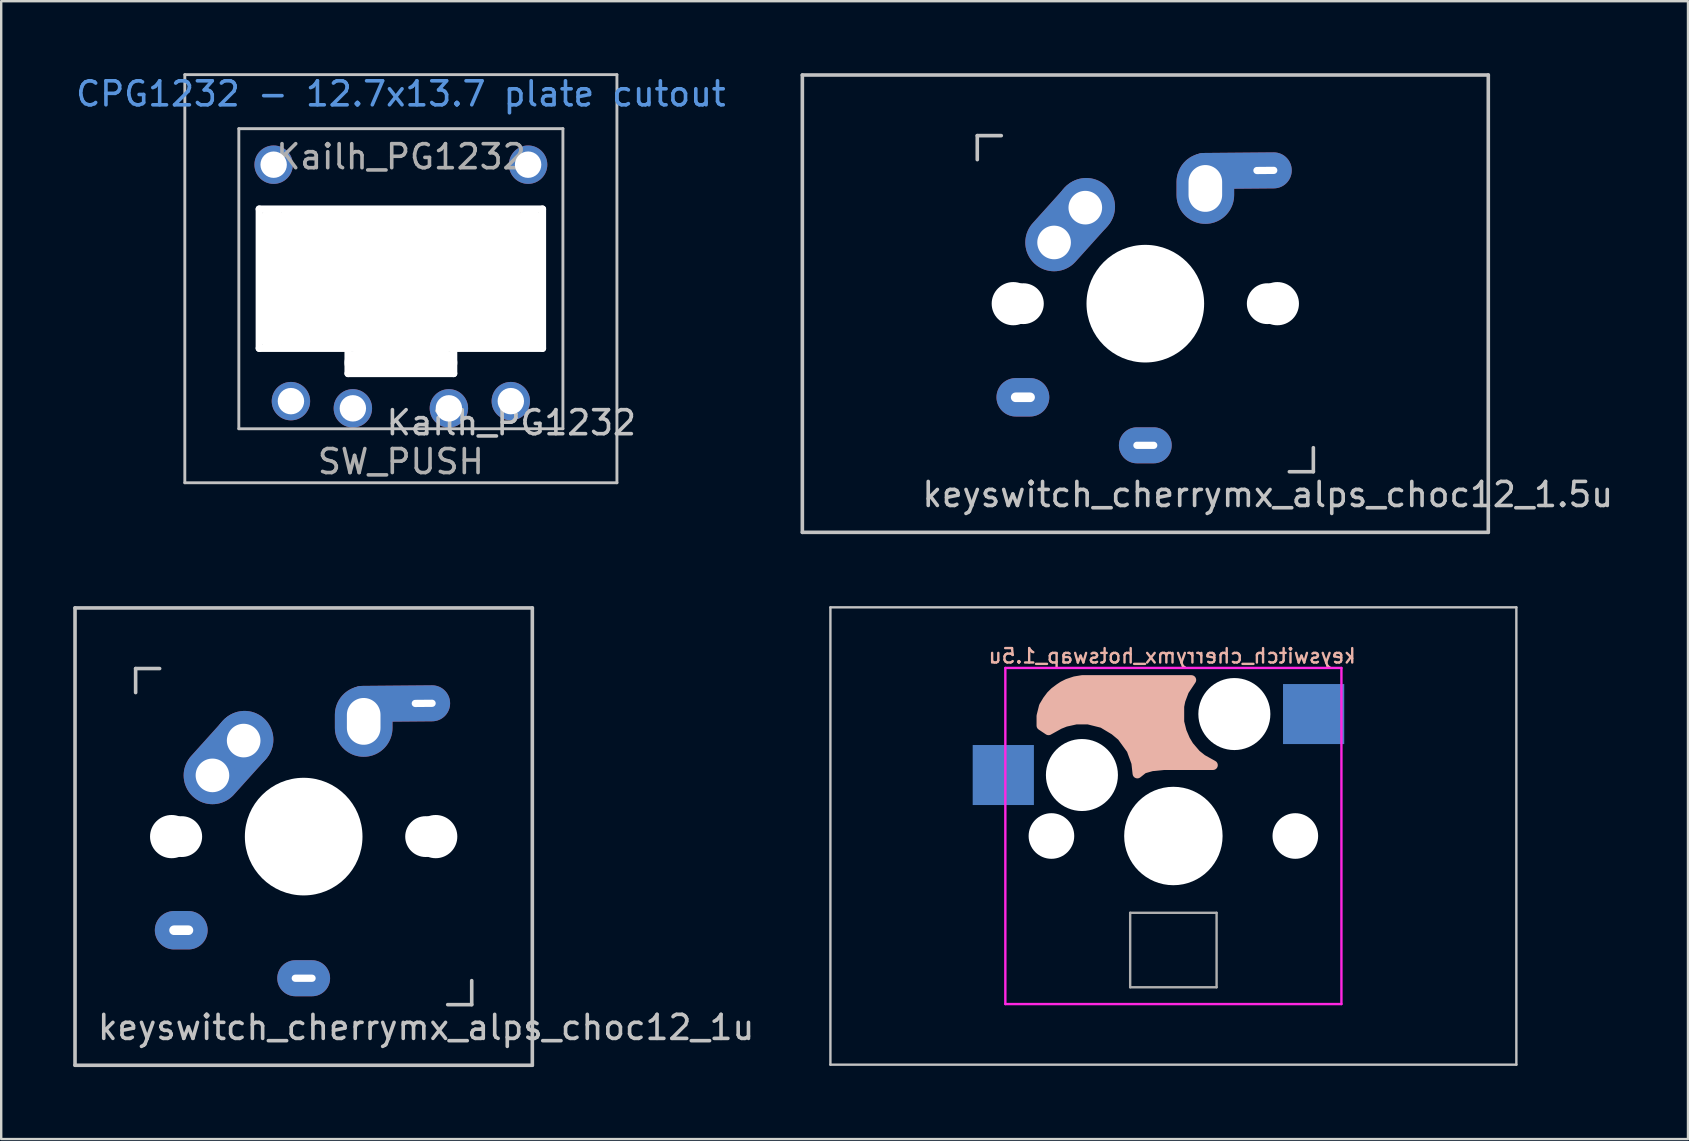
<source format=kicad_pcb>
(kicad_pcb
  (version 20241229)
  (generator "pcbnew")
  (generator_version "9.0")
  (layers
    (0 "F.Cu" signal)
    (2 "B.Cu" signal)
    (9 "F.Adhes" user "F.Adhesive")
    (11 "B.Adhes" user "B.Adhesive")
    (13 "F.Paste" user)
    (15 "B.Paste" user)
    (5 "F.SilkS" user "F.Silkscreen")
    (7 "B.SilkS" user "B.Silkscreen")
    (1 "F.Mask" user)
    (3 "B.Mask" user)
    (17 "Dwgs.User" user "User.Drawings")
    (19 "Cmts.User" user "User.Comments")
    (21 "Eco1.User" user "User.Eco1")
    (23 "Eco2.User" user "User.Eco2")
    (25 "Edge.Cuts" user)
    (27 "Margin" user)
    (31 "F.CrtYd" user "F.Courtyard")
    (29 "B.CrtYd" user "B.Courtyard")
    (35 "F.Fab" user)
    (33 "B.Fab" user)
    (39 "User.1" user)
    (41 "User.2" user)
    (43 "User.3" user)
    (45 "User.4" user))
  (footprint "keyswitch_cherrymx_alps_choc12_1.5u"
    (layer "F.Cu")
    (at 44.66 9.6)
    (property "Reference" "keyswitch_cherrymx_alps_choc12_1.5u" (at 5.1 7.95 180) (layer "Dwgs.User") (effects (font (size 1 1) (thickness 0.15))))
    (attr through_hole)
    (fp_line (start -14.287 -9.525) (end 14.287 -9.525) (stroke (width 0.15) (type solid)) (layer "Dwgs.User"))
    (fp_line (start -14.287 9.525) (end -14.287 -9.525) (stroke (width 0.15) (type solid)) (layer "Dwgs.User"))
    (fp_line (start -7 -7) (end -6 -7) (stroke (width 0.15) (type solid)) (layer "Dwgs.User"))
    (fp_line (start -7 -6) (end -7 -7) (stroke (width 0.15) (type solid)) (layer "Dwgs.User"))
    (fp_line (start 6 7) (end 7 7) (stroke (width 0.15) (type solid)) (layer "Dwgs.User"))
    (fp_line (start 7 7) (end 7 6) (stroke (width 0.15) (type solid)) (layer "Dwgs.User"))
    (fp_line (start 14.287 -9.525) (end 14.287 9.525) (stroke (width 0.15) (type solid)) (layer "Dwgs.User"))
    (fp_line (start 14.287 9.525) (end -14.287 9.525) (stroke (width 0.15) (type solid)) (layer "Dwgs.User"))
    (pad "" np_thru_hole circle (at -5.5 0 90) (size 1.8 1.8) (drill 1.8) (layers "*.Cu" "*.Mask"))
    (pad "" np_thru_hole circle (at -5.08 0) (size 1.7 1.7) (drill 1.7) (layers "*.Cu" "*.Mask"))
    (pad "" np_thru_hole circle (at 0 0 90) (size 4.9 4.9) (drill 4.9) (layers "*.Cu" "*.Mask"))
    (pad "" np_thru_hole circle (at 5.08 0) (size 1.7 1.7) (drill 1.7) (layers "*.Cu" "*.Mask"))
    (pad "" np_thru_hole circle (at 5.5 0 90) (size 1.8 1.8) (drill 1.8) (layers "*.Cu" "*.Mask"))
    (pad "1" thru_hole oval (at -5.1 3.9) (size 2.2 1.6) (drill oval 1 0.4) (layers "*.Cu" "B.Mask"))
    (pad "1" thru_hole oval (at -3.8 -2.55 318) (size 2.4 4.4) (drill 1.4 (offset 0 -1)) (layers "*.Cu" "B.Mask"))
    (pad "1" thru_hole circle (at -2.5 -4) (size 2.4 2.4) (drill 1.4) (layers "*.Cu" "B.Mask"))
    (pad "2" thru_hole oval (at 0 5.9) (size 2.2 1.5) (drill oval 1 0.3) (layers "*.Cu" "B.Mask"))
    (pad "2" thru_hole oval (at 2.5 -4.8) (size 2.4 2.95) (drill oval 1.4 1.95) (layers "*.Cu" "B.Mask"))
    (pad "2" thru_hole oval (at 5 -5.55 0.5) (size 4.4 1.5) (drill oval 1 0.3 (offset -1.1 0)) (layers "*.Cu" "B.Mask")))
  (footprint "Kailh_PG1232"
    (layer "F.Cu")
    (at 13.649 8.56)
    (property "Reference" "Kailh_PG1232" (at 4.6 6 0) (layer "Dwgs.User") (effects (font (size 1 1) (thickness 0.15))))
    (property "Value" "SW_PUSH" (at -0.5 6 0) (layer "Dwgs.User") (hide yes) (effects (font (size 1 1) (thickness 0.15))))
    (attr through_hole)
    (fp_line (start -9 -8.5) (end -9 8.5) (stroke (width 0.12) (type solid)) (layer "Dwgs.User"))
    (fp_line (start -9 8.5) (end 9 8.5) (stroke (width 0.12) (type solid)) (layer "Dwgs.User"))
    (fp_line (start -6.75 -6.25) (end 6.75 -6.25) (stroke (width 0.12) (type solid)) (layer "Dwgs.User"))
    (fp_line (start -6.75 6.25) (end -6.75 -6.25) (stroke (width 0.12) (type solid)) (layer "Dwgs.User"))
    (fp_line (start -5.95 -2.95) (end 5.95 -2.95) (stroke (width 0.12) (type solid)) (layer "Dwgs.User"))
    (fp_line (start -5.95 2.95) (end -5.95 -2.95) (stroke (width 0.12) (type solid)) (layer "Dwgs.User"))
    (fp_line (start -2.25 2.95) (end -5.95 2.95) (stroke (width 0.12) (type solid)) (layer "Dwgs.User"))
    (fp_line (start -2.25 2.95) (end -2.25 4) (stroke (width 0.12) (type solid)) (layer "Dwgs.User"))
    (fp_line (start -2.25 4) (end 2.25 4) (stroke (width 0.12) (type solid)) (layer "Dwgs.User"))
    (fp_line (start 2.25 2.95) (end 5.95 2.95) (stroke (width 0.12) (type solid)) (layer "Dwgs.User"))
    (fp_line (start 2.25 4) (end 2.25 2.95) (stroke (width 0.12) (type solid)) (layer "Dwgs.User"))
    (fp_line (start 5.95 -2.95) (end 5.95 2.95) (stroke (width 0.12) (type solid)) (layer "Dwgs.User"))
    (fp_line (start 6.75 -6.25) (end 6.75 6.25) (stroke (width 0.12) (type solid)) (layer "Dwgs.User"))
    (fp_line (start 6.75 6.25) (end -6.75 6.25) (stroke (width 0.12) (type solid)) (layer "Dwgs.User"))
    (fp_line (start 9 -8.5) (end -9 -8.5) (stroke (width 0.12) (type solid)) (layer "Dwgs.User"))
    (fp_line (start 9 8.5) (end 9 -8.5) (stroke (width 0.12) (type solid)) (layer "Dwgs.User"))
    (fp_text user "CPG1232 - 12.7x13.7 plate cutout" (at 0 -7.7 0) (layer "Cmts.User") (effects (font (size 1 1) (thickness 0.15))))
    (fp_text user "${VALUE}" (at 0 7.62 0) (layer "F.Fab") (effects (font (size 1 1) (thickness 0.15))))
    (fp_text user "${REFERENCE}" (at 0 -5.08 0) (layer "F.Fab") (effects (font (size 1 1) (thickness 0.15))))
    (fp_text user "${REFERENCE}" (at 0 0 0) (layer "F.Fab") (effects (font (size 1 1) (thickness 0.15))))
    (pad "" np_thru_hole oval (at -5.9 0 90) (size 6.1 0.3) (drill oval 6.1 0.3) (layers "*.Cu" "*.Mask"))
    (pad "" np_thru_hole oval (at -5.36 0) (size 1 5.9) (drill oval 1 5.9) (layers "*.Cu" "*.Mask"))
    (pad "" np_thru_hole oval (at -4.59 0) (size 1 5.9) (drill oval 1 5.9) (layers "*.Cu" "*.Mask"))
    (pad "" np_thru_hole oval (at -4.2 0) (size 1 5.9) (drill oval 1 5.9) (layers "*.Cu" "*.Mask"))
    (pad "" np_thru_hole oval (at -2.2 3.5 90) (size 1.2 0.3) (drill oval 1.2 0.3) (layers "*.Cu" "*.Mask"))
    (pad "" np_thru_hole oval (at 0 -2.9) (size 12.1 0.3) (drill oval 12.1 0.3) (layers "*.Cu" "*.Mask"))
    (pad "" np_thru_hole oval (at 0 0) (size 11.85 5.9) (drill oval 11.85 5.9) (layers "*.Cu" "*.Mask"))
    (pad "" np_thru_hole oval (at 0 2.9) (size 12.1 0.3) (drill oval 12.1 0.3) (layers "*.Cu" "*.Mask"))
    (pad "" np_thru_hole oval (at 0 3.5) (size 4.7 1) (drill oval 4.7 1) (layers "*.Cu" "*.Mask"))
    (pad "" np_thru_hole oval (at 0 3.95) (size 4.7 0.3) (drill oval 4.7 0.3) (layers "*.Cu" "*.Mask"))
    (pad "" np_thru_hole oval (at 2.2 3.5 90) (size 1.2 0.3) (drill oval 1.2 0.3) (layers "*.Cu" "*.Mask"))
    (pad "" np_thru_hole oval (at 4.2 0) (size 1 5.9) (drill oval 1 5.9) (layers "*.Cu" "*.Mask"))
    (pad "" np_thru_hole oval (at 4.59 0) (size 1 5.9) (drill oval 1 5.9) (layers "*.Cu" "*.Mask"))
    (pad "" np_thru_hole oval (at 5.36 0) (size 1 5.9) (drill oval 1 5.9) (layers "*.Cu" "*.Mask"))
    (pad "" np_thru_hole oval (at 5.9 0 90) (size 6.1 0.3) (drill oval 6.1 0.3) (layers "*.Cu" "*.Mask"))
    (pad "1" thru_hole circle (at -4.58 5.1) (size 1.6 1.6) (drill 1.1) (layers "*.Cu" "*.Mask"))
    (pad "1" thru_hole circle (at 4.58 5.1) (size 1.6 1.6) (drill 1.1) (layers "*.Cu" "*.Mask"))
    (pad "2" thru_hole circle (at -2 5.4) (size 1.6 1.6) (drill 1.1) (layers "*.Cu" "*.Mask"))
    (pad "2" thru_hole circle (at 2 5.4) (size 1.6 1.6) (drill 1.1) (layers "*.Cu" "*.Mask"))
    (pad "3" thru_hole circle (at 5.3 -4.75) (size 1.6 1.6) (drill 1.1) (layers "*.Cu" "*.Mask"))
    (pad "4" thru_hole circle (at -5.3 -4.75) (size 1.6 1.6) (drill 1.1) (layers "*.Cu" "*.Mask")))
  (footprint "keyswitch_cherrymx_alps_choc12_1u"
    (layer "F.Cu")
    (at 9.6 31.8)
    (property "Reference" "keyswitch_cherrymx_alps_choc12_1u" (at 5.1 7.95 180) (layer "Dwgs.User") (effects (font (size 1 1) (thickness 0.15))))
    (attr through_hole)
    (fp_line (start -9.525 -9.525) (end 9.525 -9.525) (stroke (width 0.15) (type solid)) (layer "Dwgs.User"))
    (fp_line (start -9.525 9.525) (end -9.525 -9.525) (stroke (width 0.15) (type solid)) (layer "Dwgs.User"))
    (fp_line (start -7 -7) (end -6 -7) (stroke (width 0.15) (type solid)) (layer "Dwgs.User"))
    (fp_line (start -7 -6) (end -7 -7) (stroke (width 0.15) (type solid)) (layer "Dwgs.User"))
    (fp_line (start 6 7) (end 7 7) (stroke (width 0.15) (type solid)) (layer "Dwgs.User"))
    (fp_line (start 7 7) (end 7 6) (stroke (width 0.15) (type solid)) (layer "Dwgs.User"))
    (fp_line (start 9.525 -9.525) (end 9.525 9.525) (stroke (width 0.15) (type solid)) (layer "Dwgs.User"))
    (fp_line (start 9.525 9.525) (end -9.525 9.525) (stroke (width 0.15) (type solid)) (layer "Dwgs.User"))
    (pad "" np_thru_hole circle (at -5.5 0 90) (size 1.8 1.8) (drill 1.8) (layers "*.Cu" "*.Mask"))
    (pad "" np_thru_hole circle (at -5.08 0) (size 1.7 1.7) (drill 1.7) (layers "*.Cu" "*.Mask"))
    (pad "" np_thru_hole circle (at 0 0 90) (size 4.9 4.9) (drill 4.9) (layers "*.Cu" "*.Mask"))
    (pad "" np_thru_hole circle (at 5.08 0) (size 1.7 1.7) (drill 1.7) (layers "*.Cu" "*.Mask"))
    (pad "" np_thru_hole circle (at 5.5 0 90) (size 1.8 1.8) (drill 1.8) (layers "*.Cu" "*.Mask"))
    (pad "1" thru_hole oval (at -5.1 3.9) (size 2.2 1.6) (drill oval 1 0.4) (layers "*.Cu" "B.Mask"))
    (pad "1" thru_hole oval (at -3.8 -2.55 318) (size 2.4 4.4) (drill 1.4 (offset 0 -1)) (layers "*.Cu" "B.Mask"))
    (pad "1" thru_hole circle (at -2.5 -4) (size 2.4 2.4) (drill 1.4) (layers "*.Cu" "B.Mask"))
    (pad "2" thru_hole oval (at 0 5.9) (size 2.2 1.5) (drill oval 1 0.3) (layers "*.Cu" "B.Mask"))
    (pad "2" thru_hole oval (at 2.5 -4.8) (size 2.4 2.95) (drill oval 1.4 1.95) (layers "*.Cu" "B.Mask"))
    (pad "2" thru_hole oval (at 5 -5.55 0.5) (size 4.4 1.5) (drill oval 1 0.3 (offset -1.1 0)) (layers "*.Cu" "B.Mask")))
  (footprint "keyswitch_cherrymx_hotswap_1.5u"
    (layer "F.Cu")
    (at 45.829 31.775)
    (property "Reference" "keyswitch_cherrymx_hotswap_1.5u" (at -0.05 -7.5 0) (layer "B.SilkS") (effects (font (size 0.6 0.6) (thickness 0.1) (bold yes)) (justify mirror)))
    (attr smd)
    (fp_poly (pts (xy -3.6 -6.5) (xy -3.8 -6.5) (xy -4.1 -6.45) (xy -4.4 -6.35) (xy -4.6 -6.25) (xy -4.75 -6.15) (xy -4.95 -6) (xy -5.1 -5.85) (xy -5.25 -5.65) (xy -5.4 -5.4) (xy -5.5 -5) (xy -5.5 -4.6) (xy -5.35 -4.5) (xy -5.2 -4.4) (xy -4.75 -4.65) (xy -4.5 -4.75) (xy -4.05 -4.85) (xy -3.55 -4.85) (xy -2.95 -4.7) (xy -2.45 -4.4) (xy -2.15 -4.15) (xy -1.75 -3.6) (xy -1.55 -3.05) (xy -1.5 -2.6) (xy -1.25 -2.8) (xy -0.9 -2.9) (xy -0.4 -2.95) (xy 1.65 -2.95) (xy 1.2 -3.2) (xy 0.95 -3.4) (xy 0.65 -3.75) (xy 0.5 -4) (xy 0.35 -4.35) (xy 0.25 -4.75) (xy 0.25 -5.05) (xy 0.25 -5.4) (xy 0.3 -5.65) (xy 0.45 -6.05) (xy 0.75 -6.5)) (stroke (width 0.4) (type solid)) (fill yes) (layer "B.SilkS"))
    (fp_line (start -14.287 -9.525) (end 14.287 -9.525) (stroke (width 0.1) (type solid)) (layer "Dwgs.User"))
    (fp_line (start -14.287 9.525) (end -14.287 -9.525) (stroke (width 0.1) (type solid)) (layer "Dwgs.User"))
    (fp_line (start 14.287 -9.525) (end 14.287 9.525) (stroke (width 0.1) (type solid)) (layer "Dwgs.User"))
    (fp_line (start 14.287 9.525) (end -14.287 9.525) (stroke (width 0.1) (type solid)) (layer "Dwgs.User"))
    (fp_line (start -7 -7) (end -7 7) (stroke (width 0.1) (type default)) (layer "F.CrtYd"))
    (fp_line (start -7 -7) (end 7 -7) (stroke (width 0.1) (type default)) (layer "F.CrtYd"))
    (fp_line (start -7 7) (end 7 7) (stroke (width 0.1) (type default)) (layer "F.CrtYd"))
    (fp_line (start 7 7) (end 7 -7) (stroke (width 0.1) (type default)) (layer "F.CrtYd"))
    (fp_line (start -1.8 3.2) (end -1.8 6.3) (stroke (width 0.1) (type default)) (layer "F.Fab"))
    (fp_line (start -1.8 3.2) (end 1.8 3.2) (stroke (width 0.1) (type default)) (layer "F.Fab"))
    (fp_line (start -1.8 6.3) (end 1.8 6.3) (stroke (width 0.1) (type default)) (layer "F.Fab"))
    (fp_line (start 1.8 3.2) (end 1.8 6.3) (stroke (width 0.1) (type default)) (layer "F.Fab"))
    (pad "" np_thru_hole circle (at -5.08 0) (size 1.9 1.9) (drill 1.9) (layers "*.Cu" "*.Mask"))
    (pad "" np_thru_hole circle (at -3.81 -2.54) (size 3 3) (drill 3) (layers "*.Cu" "*.Mask"))
    (pad "" np_thru_hole circle (at 0 0 90) (size 4.1 4.1) (drill 4.1) (layers "*.Cu" "*.Mask"))
    (pad "" np_thru_hole circle (at 2.54 -5.08) (size 3 3) (drill 3) (layers "*.Cu" "*.Mask"))
    (pad "" np_thru_hole circle (at 5.08 0) (size 1.9 1.9) (drill 1.9) (layers "*.Cu" "*.Mask"))
    (pad "1" smd rect (at -7.085 -2.54 180) (size 2.55 2.5) (layers "B.Cu" "B.Mask" "B.Paste"))
    (pad "2" smd rect (at 5.842 -5.08 180) (size 2.55 2.5) (layers "B.Cu" "B.Mask" "B.Paste")))
  (gr_rect
    (start -3 -3)
    (end 67.266 44.4)
    (stroke (width 0.1) (type default))
    (fill no)
    (layer "Edge.Cuts")))
</source>
